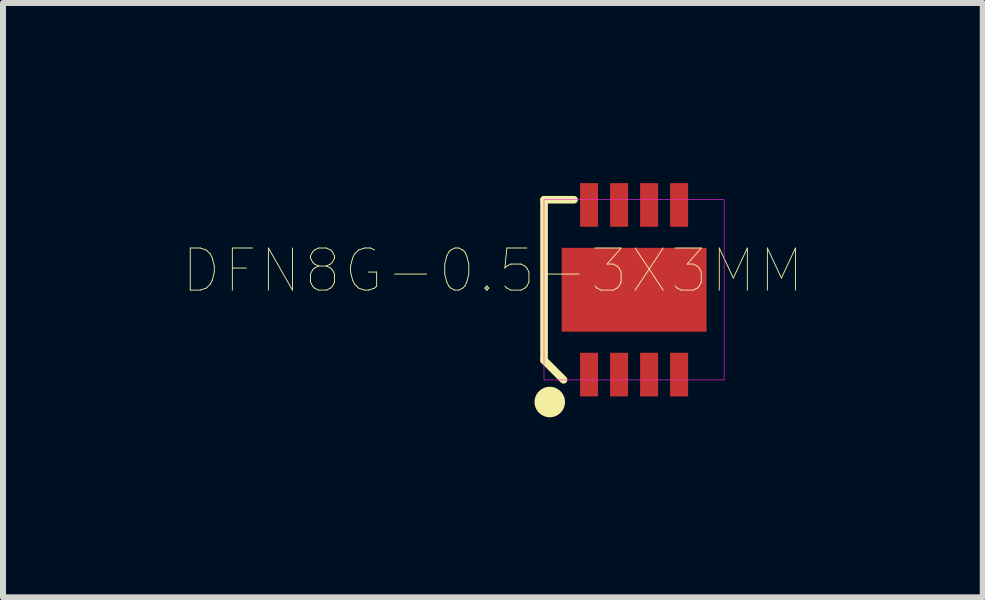
<source format=kicad_pcb>
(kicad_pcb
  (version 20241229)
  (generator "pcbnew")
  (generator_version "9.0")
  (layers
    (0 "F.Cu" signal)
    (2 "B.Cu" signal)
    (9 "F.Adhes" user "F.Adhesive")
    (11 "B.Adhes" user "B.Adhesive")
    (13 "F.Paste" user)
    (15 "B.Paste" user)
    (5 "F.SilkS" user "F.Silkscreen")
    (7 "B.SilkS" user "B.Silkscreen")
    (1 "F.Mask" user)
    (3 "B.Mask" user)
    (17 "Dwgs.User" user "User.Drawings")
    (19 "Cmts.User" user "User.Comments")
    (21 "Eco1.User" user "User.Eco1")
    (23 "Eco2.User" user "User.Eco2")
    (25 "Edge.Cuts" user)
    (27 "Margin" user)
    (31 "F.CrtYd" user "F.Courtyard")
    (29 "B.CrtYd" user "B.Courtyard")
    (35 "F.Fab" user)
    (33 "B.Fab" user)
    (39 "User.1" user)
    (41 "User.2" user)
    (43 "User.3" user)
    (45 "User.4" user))
  (footprint "DFN8G-0.5-3X3MM"
    (layer "F.Cu")
    (at 7.513 1.777)
    (property "Reference" "DFN8G-0.5-3X3MM" (at -2.353 -0.318 180) (layer "F.SilkS") (effects (font (size 0.701 0.701) (thickness 0.015))))
    (attr through_hole)
    (fp_line (start -1.5 -1.5) (end -1 -1.5) (stroke (width 0.127) (type solid)) (layer "F.SilkS"))
    (fp_line (start -1.5 1.175) (end -1.5 -1.5) (stroke (width 0.127) (type solid)) (layer "F.SilkS"))
    (fp_line (start -1.175 1.5) (end -1.5 1.175) (stroke (width 0.127) (type solid)) (layer "F.SilkS"))
    (fp_circle (center -1.405 1.87) (end -1.151 1.87) (stroke (width 0) (type solid)) (fill yes) (layer "F.SilkS"))
    (fp_poly (pts (xy -1.501 -1.5) (xy 1.5 -1.5) (xy 1.5 1.501) (xy -1.501 1.501)) (stroke (width 0.01) (type solid)) (fill no) (layer "F.CrtYd"))
    (pad "1" smd rect (at -0.75 1.413) (size 0.3 0.727) (layers "F.Cu" "F.Mask" "F.Paste"))
    (pad "2" smd rect (at -0.25 1.413) (size 0.3 0.727) (layers "F.Cu" "F.Mask" "F.Paste"))
    (pad "3" smd rect (at 0.25 1.413) (size 0.3 0.727) (layers "F.Cu" "F.Mask" "F.Paste"))
    (pad "4" smd rect (at 0.75 1.413) (size 0.3 0.727) (layers "F.Cu" "F.Mask" "F.Paste"))
    (pad "5" smd rect (at 0.75 -1.413) (size 0.3 0.727) (layers "F.Cu" "F.Mask" "F.Paste"))
    (pad "6" smd rect (at 0.25 -1.413) (size 0.3 0.727) (layers "F.Cu" "F.Mask" "F.Paste"))
    (pad "7" smd rect (at -0.25 -1.413) (size 0.3 0.727) (layers "F.Cu" "F.Mask" "F.Paste"))
    (pad "8" smd rect (at -0.75 -1.413) (size 0.3 0.727) (layers "F.Cu" "F.Mask" "F.Paste"))
    (pad "HEAT" smd rect (at 0 0) (size 2.413 1.397) (layers "F.Cu" "F.Mask" "F.Paste")))
  (gr_rect
    (start -3 -3)
    (end 13.321 6.901)
    (stroke (width 0.1) (type default))
    (fill no)
    (layer "Edge.Cuts")))
</source>
